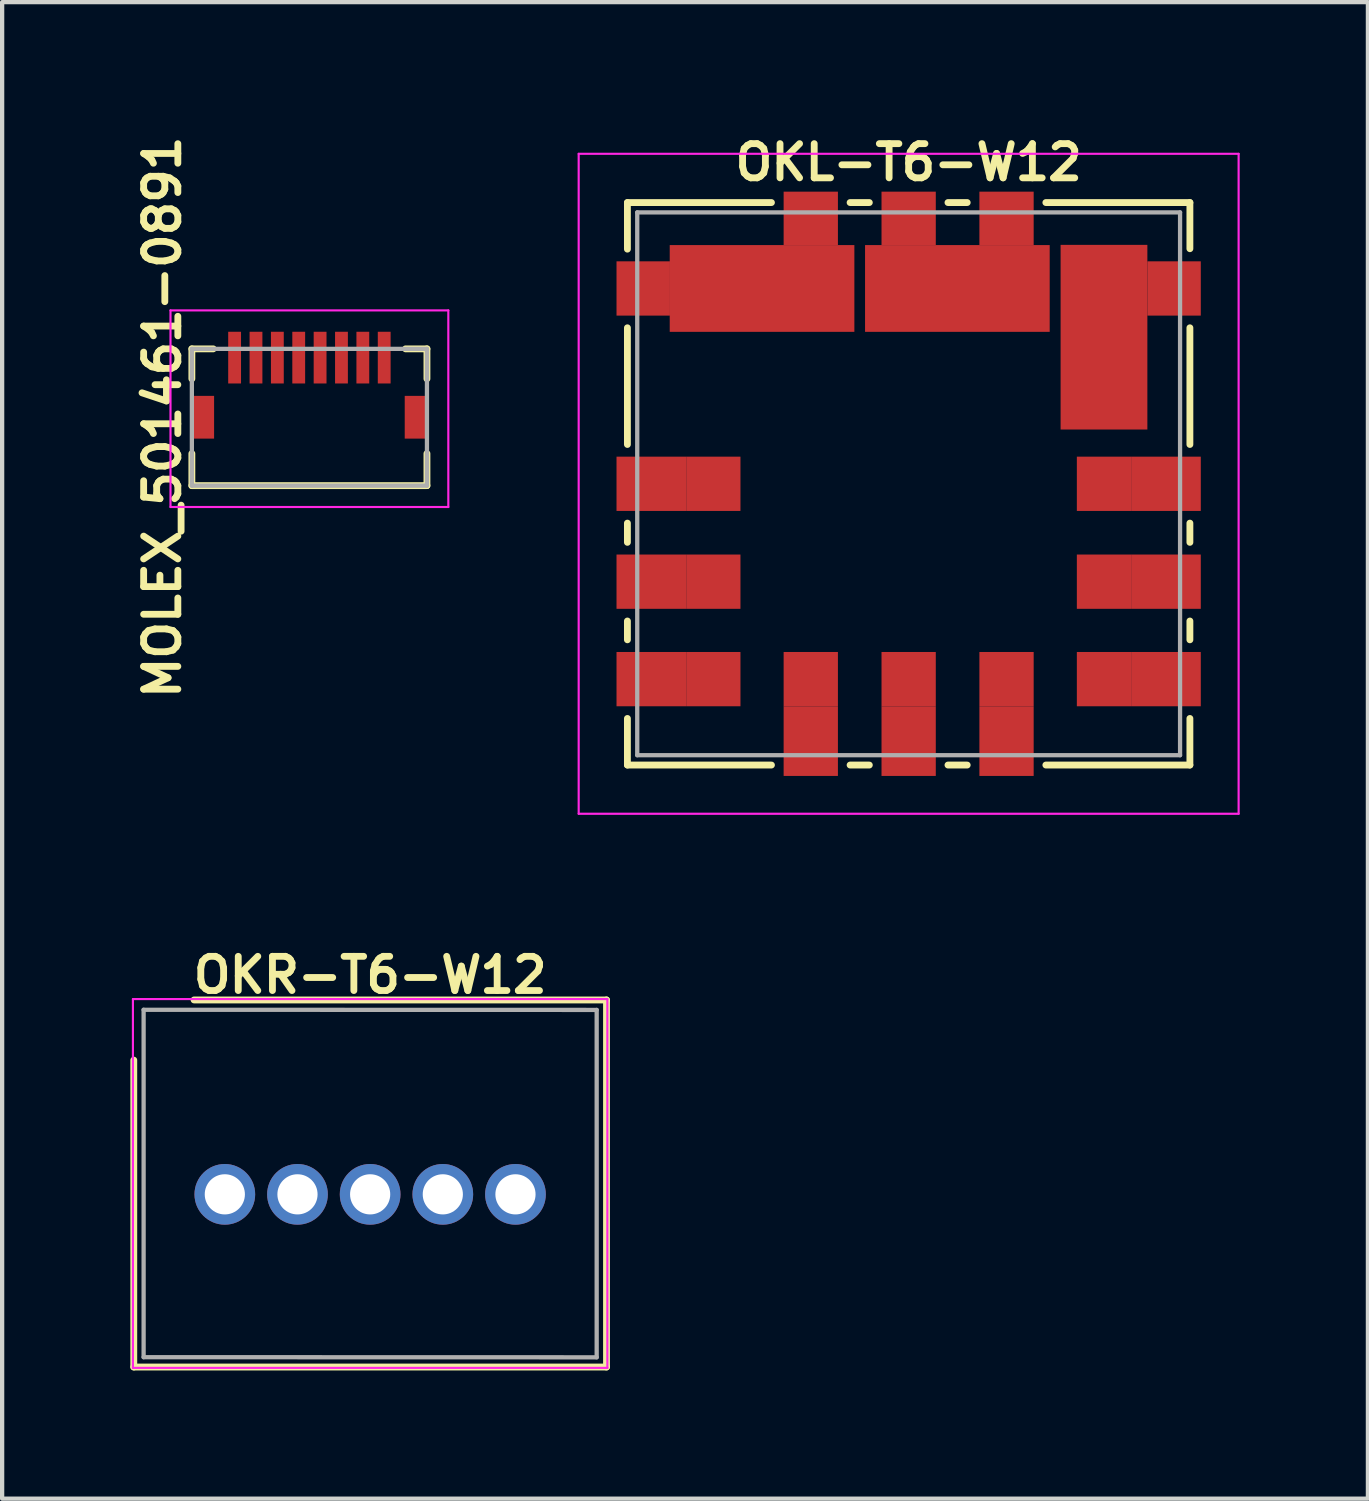
<source format=kicad_pcb>
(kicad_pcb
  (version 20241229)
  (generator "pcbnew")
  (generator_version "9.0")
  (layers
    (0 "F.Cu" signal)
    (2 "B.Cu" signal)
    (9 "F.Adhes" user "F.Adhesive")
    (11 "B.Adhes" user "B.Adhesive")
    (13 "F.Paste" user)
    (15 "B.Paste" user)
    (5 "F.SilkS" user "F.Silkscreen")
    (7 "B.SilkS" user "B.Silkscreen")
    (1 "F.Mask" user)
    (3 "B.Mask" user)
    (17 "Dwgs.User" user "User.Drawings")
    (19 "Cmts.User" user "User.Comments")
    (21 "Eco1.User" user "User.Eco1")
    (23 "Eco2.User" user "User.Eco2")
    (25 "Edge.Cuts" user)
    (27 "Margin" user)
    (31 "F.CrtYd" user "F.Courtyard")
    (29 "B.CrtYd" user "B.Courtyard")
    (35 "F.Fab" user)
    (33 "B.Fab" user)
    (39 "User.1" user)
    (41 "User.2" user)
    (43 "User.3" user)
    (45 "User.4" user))
  (footprint "OKL-T6-W12"
    (layer "F.Cu")
    (at 18.209 8.269)
    (property "Reference" "OKL-T6-W12" (at 0 -7.52 0) (layer "F.SilkS") (effects (font (size 0.8 0.8) (thickness 0.16))))
    (attr through_hole)
    (fp_line (start -6.58 -5.49) (end -6.58 -6.58) (stroke (width 0.16) (type solid)) (layer "F.SilkS"))
    (fp_line (start -6.58 -0.92) (end -6.58 -3.65) (stroke (width 0.16) (type solid)) (layer "F.SilkS"))
    (fp_line (start -6.58 1.37) (end -6.58 0.92) (stroke (width 0.16) (type solid)) (layer "F.SilkS"))
    (fp_line (start -6.58 3.21) (end -6.58 3.65) (stroke (width 0.16) (type solid)) (layer "F.SilkS"))
    (fp_line (start -6.58 5.49) (end -6.58 6.58) (stroke (width 0.16) (type solid)) (layer "F.SilkS"))
    (fp_line (start -3.21 -6.58) (end -6.58 -6.58) (stroke (width 0.16) (type solid)) (layer "F.SilkS"))
    (fp_line (start -3.21 6.58) (end -6.58 6.58) (stroke (width 0.16) (type solid)) (layer "F.SilkS"))
    (fp_line (start -1.37 -6.58) (end -0.92 -6.58) (stroke (width 0.16) (type solid)) (layer "F.SilkS"))
    (fp_line (start -1.37 6.58) (end -0.92 6.58) (stroke (width 0.16) (type solid)) (layer "F.SilkS"))
    (fp_line (start 0.92 6.58) (end 1.37 6.58) (stroke (width 0.16) (type solid)) (layer "F.SilkS"))
    (fp_line (start 1.37 -6.58) (end 0.92 -6.58) (stroke (width 0.16) (type solid)) (layer "F.SilkS"))
    (fp_line (start 3.21 -6.58) (end 6.58 -6.58) (stroke (width 0.16) (type solid)) (layer "F.SilkS"))
    (fp_line (start 3.21 6.58) (end 6.58 6.58) (stroke (width 0.16) (type solid)) (layer "F.SilkS"))
    (fp_line (start 6.58 -5.5) (end 6.58 -6.58) (stroke (width 0.16) (type solid)) (layer "F.SilkS"))
    (fp_line (start 6.58 -3.65) (end 6.58 -0.92) (stroke (width 0.16) (type solid)) (layer "F.SilkS"))
    (fp_line (start 6.58 1.37) (end 6.58 0.92) (stroke (width 0.16) (type solid)) (layer "F.SilkS"))
    (fp_line (start 6.58 3.21) (end 6.58 3.65) (stroke (width 0.16) (type solid)) (layer "F.SilkS"))
    (fp_line (start 6.58 5.49) (end 6.58 6.58) (stroke (width 0.16) (type solid)) (layer "F.SilkS"))
    (fp_line (start -7.72 -7.72) (end 7.72 -7.72) (stroke (width 0.05) (type solid)) (layer "F.CrtYd"))
    (fp_line (start -7.72 7.72) (end -7.72 -7.72) (stroke (width 0.05) (type solid)) (layer "F.CrtYd"))
    (fp_line (start 7.72 -7.72) (end 7.72 7.72) (stroke (width 0.05) (type solid)) (layer "F.CrtYd"))
    (fp_line (start 7.72 7.72) (end -7.72 7.72) (stroke (width 0.05) (type solid)) (layer "F.CrtYd"))
    (fp_line (start -6.35 -6.35) (end -6.35 6.35) (stroke (width 0.1) (type solid)) (layer "F.Fab"))
    (fp_line (start -6.35 -6.35) (end 6.35 -6.35) (stroke (width 0.1) (type solid)) (layer "F.Fab"))
    (fp_line (start 6.35 6.35) (end -6.35 6.35) (stroke (width 0.1) (type solid)) (layer "F.Fab"))
    (fp_line (start 6.35 6.35) (end 6.35 -6.35) (stroke (width 0.1) (type solid)) (layer "F.Fab"))
    (pad "1" smd rect (at -6.02 0 180) (size 1.63 1.27) (layers "F.Cu" "F.Mask" "F.Paste"))
    (pad "1" smd rect (at -4.57 0) (size 1.27 1.27) (layers "F.Cu" "F.Mask" "F.Paste"))
    (pad "2" smd rect (at -6.21 -4.57) (size 1.25 1.27) (layers "F.Cu" "F.Mask" "F.Paste"))
    (pad "2" smd rect (at -3.43 -4.57) (size 4.32 2.03) (layers "F.Cu" "F.Mask" "F.Paste"))
    (pad "2" smd rect (at -2.29 -6.21 270) (size 1.25 1.27) (layers "F.Cu" "F.Mask" "F.Paste"))
    (pad "3" smd rect (at 0 -6.21 270) (size 1.25 1.27) (layers "F.Cu" "F.Mask" "F.Paste"))
    (pad "3" smd rect (at 1.14 -4.57) (size 4.32 2.03) (layers "F.Cu" "F.Mask" "F.Paste"))
    (pad "3" smd rect (at 2.29 -6.21 270) (size 1.25 1.27) (layers "F.Cu" "F.Mask" "F.Paste"))
    (pad "4" smd rect (at 4.57 -3.43 90) (size 4.32 2.03) (layers "F.Cu" "F.Mask" "F.Paste"))
    (pad "4" smd rect (at 6.21 -4.57) (size 1.25 1.27) (layers "F.Cu" "F.Mask" "F.Paste"))
    (pad "5" smd rect (at 4.57 0) (size 1.27 1.27) (layers "F.Cu" "F.Mask" "F.Paste"))
    (pad "5" smd rect (at 6.02 0) (size 1.63 1.27) (layers "F.Cu" "F.Mask" "F.Paste"))
    (pad "6" smd rect (at 4.57 4.57) (size 1.27 1.27) (layers "F.Cu" "F.Mask" "F.Paste"))
    (pad "6" smd rect (at 6.02 4.57) (size 1.63 1.27) (layers "F.Cu" "F.Mask" "F.Paste"))
    (pad "7" smd rect (at 0 4.57) (size 1.27 1.27) (layers "F.Cu" "F.Mask" "F.Paste"))
    (pad "7" smd rect (at 0 6.02 270) (size 1.63 1.27) (layers "F.Cu" "F.Mask" "F.Paste"))
    (pad "8" smd rect (at -2.29 4.57) (size 1.27 1.27) (layers "F.Cu" "F.Mask" "F.Paste"))
    (pad "8" smd rect (at -2.29 6.02 270) (size 1.63 1.27) (layers "F.Cu" "F.Mask" "F.Paste"))
    (pad "9" smd rect (at -6.02 4.57 180) (size 1.63 1.27) (layers "F.Cu" "F.Mask" "F.Paste"))
    (pad "9" smd rect (at -4.57 4.57) (size 1.27 1.27) (layers "F.Cu" "F.Mask" "F.Paste"))
    (pad "10" smd rect (at -6.02 2.29 180) (size 1.63 1.27) (layers "F.Cu" "F.Mask" "F.Paste"))
    (pad "10" smd rect (at -4.57 2.29) (size 1.27 1.27) (layers "F.Cu" "F.Mask" "F.Paste"))
    (pad "11" smd rect (at 4.57 2.29) (size 1.27 1.27) (layers "F.Cu" "F.Mask" "F.Paste"))
    (pad "11" smd rect (at 6.02 2.29) (size 1.63 1.27) (layers "F.Cu" "F.Mask" "F.Paste"))
    (pad "12" smd rect (at 2.29 4.57) (size 1.27 1.27) (layers "F.Cu" "F.Mask" "F.Paste"))
    (pad "12" smd rect (at 2.29 6.02 270) (size 1.63 1.27) (layers "F.Cu" "F.Mask" "F.Paste")))
  (footprint "OKR-T6-W12"
    (layer "F.Cu")
    (at 5.61 28.703)
    (property "Reference" "OKR-T6-W12" (at 0 -8.94 0) (layer "F.SilkS") (effects (font (size 0.8 0.8) (thickness 0.16))))
    (attr through_hole)
    (fp_line (start -5.53 -6.95) (end -5.53 0.23) (stroke (width 0.16) (type solid)) (layer "F.SilkS"))
    (fp_line (start -5.53 0.23) (end 5.53 0.23) (stroke (width 0.16) (type solid)) (layer "F.SilkS"))
    (fp_line (start -4.12 -8.358) (end 5.53 -8.358) (stroke (width 0.16) (type solid)) (layer "F.SilkS"))
    (fp_line (start 5.53 -8.358) (end 5.53 0.23) (stroke (width 0.16) (type solid)) (layer "F.SilkS"))
    (fp_line (start -5.55 -8.378) (end 5.55 -8.378) (stroke (width 0.05) (type solid)) (layer "F.CrtYd"))
    (fp_line (start -5.55 0.25) (end -5.55 -8.378) (stroke (width 0.05) (type solid)) (layer "F.CrtYd"))
    (fp_line (start -5.55 0.25) (end 5.55 0.25) (stroke (width 0.05) (type solid)) (layer "F.CrtYd"))
    (fp_line (start 5.55 0.25) (end 5.55 -8.378) (stroke (width 0.05) (type solid)) (layer "F.CrtYd"))
    (fp_line (start -5.3 -8.128) (end -5.3 0) (stroke (width 0.1) (type solid)) (layer "F.Fab"))
    (fp_line (start -5.3 -8.128) (end 5.3 -8.125) (stroke (width 0.1) (type solid)) (layer "F.Fab"))
    (fp_line (start -5.3 0) (end 5.3 0.003) (stroke (width 0.1) (type solid)) (layer "F.Fab"))
    (fp_line (start 5.3 -8.125) (end 5.3 0.003) (stroke (width 0.1) (type solid)) (layer "F.Fab"))
    (pad "1" thru_hole circle (at -3.4 -3.81) (size 1.42 1.42) (drill 0.94) (layers "*.Cu" "*.Mask"))
    (pad "2" thru_hole circle (at -1.7 -3.81) (size 1.42 1.42) (drill 0.94) (layers "*.Cu" "*.Mask"))
    (pad "3" thru_hole circle (at 0 -3.81) (size 1.42 1.42) (drill 0.94) (layers "*.Cu" "*.Mask"))
    (pad "4" thru_hole circle (at 1.7 -3.81) (size 1.42 1.42) (drill 0.94) (layers "*.Cu" "*.Mask"))
    (pad "5" thru_hole circle (at 3.4 -3.81) (size 1.42 1.42) (drill 0.94) (layers "*.Cu" "*.Mask")))
  (footprint "MOLEX_501461-0891"
    (layer "F.Cu")
    (at 4.189 6.712)
    (property "Reference" "MOLEX_501461-0891" (at -3.44 0 90) (layer "F.SilkS") (effects (font (size 0.8 0.8) (thickness 0.16))))
    (attr smd)
    (fp_line (start -2.75 -1.6) (end -2.75 -0.9) (stroke (width 0.16) (type solid)) (layer "F.SilkS"))
    (fp_line (start -2.75 0.85) (end -2.75 1.6) (stroke (width 0.16) (type solid)) (layer "F.SilkS"))
    (fp_line (start -2.75 1.6) (end 2.75 1.6) (stroke (width 0.16) (type solid)) (layer "F.SilkS"))
    (fp_line (start -2.25 -1.6) (end -2.75 -1.6) (stroke (width 0.16) (type solid)) (layer "F.SilkS"))
    (fp_line (start 2.25 -1.6) (end 2.75 -1.6) (stroke (width 0.16) (type solid)) (layer "F.SilkS"))
    (fp_line (start 2.75 -1.6) (end 2.75 -0.9) (stroke (width 0.16) (type solid)) (layer "F.SilkS"))
    (fp_line (start 2.75 1.6) (end 2.75 0.85) (stroke (width 0.16) (type solid)) (layer "F.SilkS"))
    (fp_line (start -3.25 -2.5) (end 3.25 -2.5) (stroke (width 0.05) (type solid)) (layer "F.CrtYd"))
    (fp_line (start -3.25 2.1) (end -3.25 -2.5) (stroke (width 0.05) (type solid)) (layer "F.CrtYd"))
    (fp_line (start 3.25 -2.5) (end 3.25 2.1) (stroke (width 0.05) (type solid)) (layer "F.CrtYd"))
    (fp_line (start 3.25 2.1) (end -3.25 2.1) (stroke (width 0.05) (type solid)) (layer "F.CrtYd"))
    (fp_line (start -2.75 -1.6) (end 2.75 -1.6) (stroke (width 0.1) (type solid)) (layer "F.Fab"))
    (fp_line (start -2.75 1.6) (end -2.75 -1.6) (stroke (width 0.1) (type solid)) (layer "F.Fab"))
    (fp_line (start 2.75 -1.6) (end 2.75 1.6) (stroke (width 0.1) (type solid)) (layer "F.Fab"))
    (fp_line (start 2.75 1.6) (end -2.75 1.6) (stroke (width 0.1) (type solid)) (layer "F.Fab"))
    (pad "1" smd rect (at -1.75 -1.395) (size 0.3 1.21) (layers "F.Cu" "F.Mask" "F.Paste"))
    (pad "2" smd rect (at -1.25 -1.395) (size 0.3 1.21) (layers "F.Cu" "F.Mask" "F.Paste"))
    (pad "3" smd rect (at -0.75 -1.395) (size 0.3 1.21) (layers "F.Cu" "F.Mask" "F.Paste"))
    (pad "4" smd rect (at -0.25 -1.395) (size 0.3 1.21) (layers "F.Cu" "F.Mask" "F.Paste"))
    (pad "5" smd rect (at 0.25 -1.395) (size 0.3 1.21) (layers "F.Cu" "F.Mask" "F.Paste"))
    (pad "6" smd rect (at 0.75 -1.395) (size 0.3 1.21) (layers "F.Cu" "F.Mask" "F.Paste"))
    (pad "7" smd rect (at 1.25 -1.395) (size 0.3 1.21) (layers "F.Cu" "F.Mask" "F.Paste"))
    (pad "8" smd rect (at 1.75 -1.395) (size 0.3 1.21) (layers "F.Cu" "F.Mask" "F.Paste"))
    (pad "MP1" smd rect (at -2.49 0) (size 0.52 1) (layers "F.Cu" "F.Mask" "F.Paste"))
    (pad "MP2" smd rect (at 2.49 0) (size 0.52 1) (layers "F.Cu" "F.Mask" "F.Paste")))
  (gr_rect
    (start -3 -3)
    (end 28.954 32.013)
    (stroke (width 0.1) (type default))
    (fill no)
    (layer "Edge.Cuts")))
</source>
